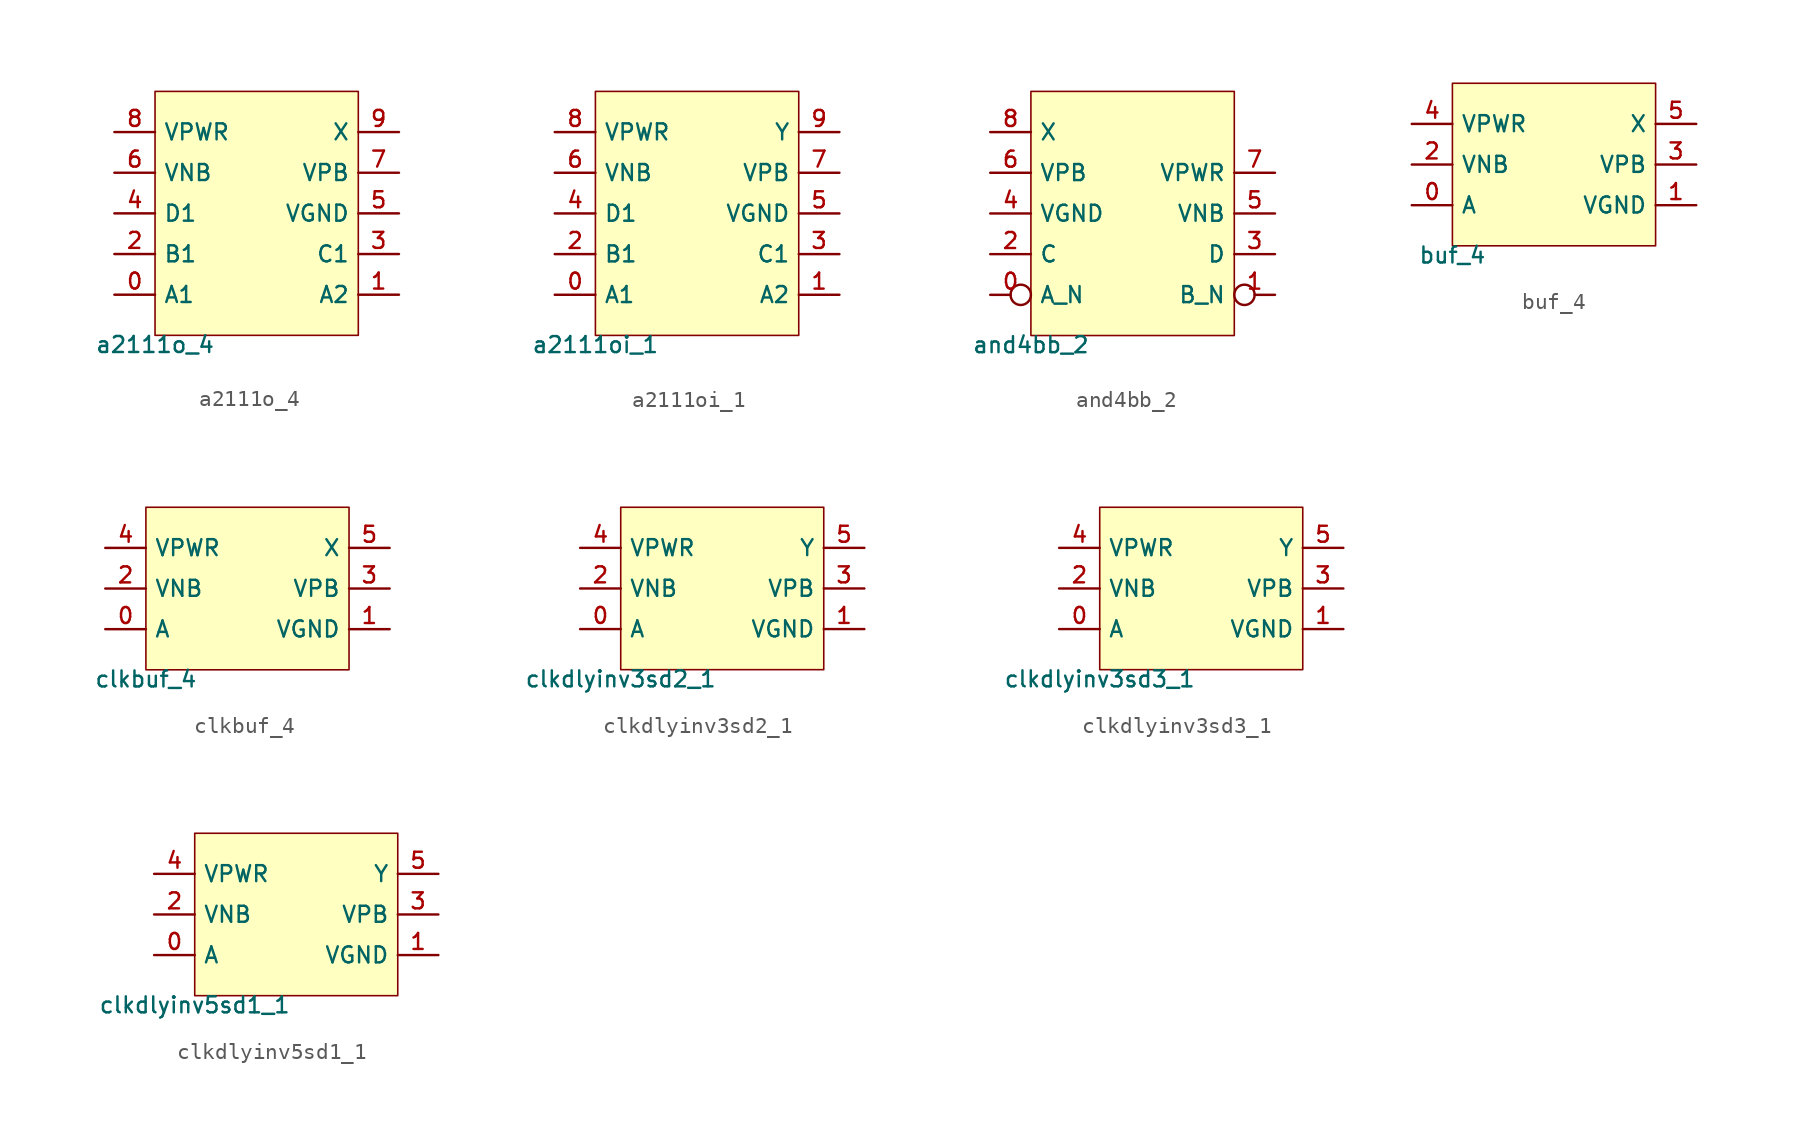
<source format=kicad_sym>
(kicad_symbol_lib
  (version 20211014)
  (generator pdk2kicad)
  (symbol "a2111o_4"
    (property "Reference" "X"
      (at 0 0 0)
      (effects (font (size 1 1)) hide))
    (property "Value" "a2111o_4"
      (at -6.35 -7.62 0)
      (effects (font (size 1 1)) (justify top)))
    (rectangle
      (start -6.35 -7.62)
      (end 6.35 7.62)
      (stroke (width 0.1) (type solid) (color 0 0 0 0))
      (fill (type background)))
    (pin bidirectional line
      (at -8.89 -5.08 0)
      (length 2.54)
      (name "A1" (effects (font (size 1 1)) hide))
      (number "0" (effects (font (size 1 1)) hide)))
    (pin bidirectional line
      (at 8.89 -5.08 180)
      (length 2.54)
      (name "A2" (effects (font (size 1 1)) hide))
      (number "1" (effects (font (size 1 1)) hide)))
    (pin bidirectional line
      (at -8.89 -2.54 0)
      (length 2.54)
      (name "B1" (effects (font (size 1 1)) hide))
      (number "2" (effects (font (size 1 1)) hide)))
    (pin bidirectional line
      (at 8.89 -2.54 180)
      (length 2.54)
      (name "C1" (effects (font (size 1 1)) hide))
      (number "3" (effects (font (size 1 1)) hide)))
    (pin bidirectional line
      (at -8.89 8.881784197001252e-16 0)
      (length 2.54)
      (name "D1" (effects (font (size 1 1)) hide))
      (number "4" (effects (font (size 1 1)) hide)))
    (pin bidirectional line
      (at 8.89 8.881784197001252e-16 180)
      (length 2.54)
      (name "VGND" (effects (font (size 1 1)) hide))
      (number "5" (effects (font (size 1 1)) hide)))
    (pin bidirectional line
      (at -8.89 2.54 0)
      (length 2.54)
      (name "VNB" (effects (font (size 1 1)) hide))
      (number "6" (effects (font (size 1 1)) hide)))
    (pin bidirectional line
      (at 8.89 2.54 180)
      (length 2.54)
      (name "VPB" (effects (font (size 1 1)) hide))
      (number "7" (effects (font (size 1 1)) hide)))
    (pin bidirectional line
      (at -8.89 5.08 0)
      (length 2.54)
      (name "VPWR" (effects (font (size 1 1)) hide))
      (number "8" (effects (font (size 1 1)) hide)))
    (pin bidirectional line
      (at 8.89 5.08 180)
      (length 2.54)
      (name "X" (effects (font (size 1 1)) hide))
      (number "9" (effects (font (size 1 1)) hide))))
  (symbol "a2111oi_1"
    (property "Reference" "X"
      (at 0 0 0)
      (effects (font (size 1 1)) hide))
    (property "Value" "a2111oi_1"
      (at -6.35 -7.62 0)
      (effects (font (size 1 1)) (justify top)))
    (rectangle
      (start -6.35 -7.62)
      (end 6.35 7.62)
      (stroke (width 0.1) (type solid) (color 0 0 0 0))
      (fill (type background)))
    (pin bidirectional line
      (at -8.89 -5.08 0)
      (length 2.54)
      (name "A1" (effects (font (size 1 1)) hide))
      (number "0" (effects (font (size 1 1)) hide)))
    (pin bidirectional line
      (at 8.89 -5.08 180)
      (length 2.54)
      (name "A2" (effects (font (size 1 1)) hide))
      (number "1" (effects (font (size 1 1)) hide)))
    (pin bidirectional line
      (at -8.89 -2.54 0)
      (length 2.54)
      (name "B1" (effects (font (size 1 1)) hide))
      (number "2" (effects (font (size 1 1)) hide)))
    (pin bidirectional line
      (at 8.89 -2.54 180)
      (length 2.54)
      (name "C1" (effects (font (size 1 1)) hide))
      (number "3" (effects (font (size 1 1)) hide)))
    (pin bidirectional line
      (at -8.89 8.881784197001252e-16 0)
      (length 2.54)
      (name "D1" (effects (font (size 1 1)) hide))
      (number "4" (effects (font (size 1 1)) hide)))
    (pin bidirectional line
      (at 8.89 8.881784197001252e-16 180)
      (length 2.54)
      (name "VGND" (effects (font (size 1 1)) hide))
      (number "5" (effects (font (size 1 1)) hide)))
    (pin bidirectional line
      (at -8.89 2.54 0)
      (length 2.54)
      (name "VNB" (effects (font (size 1 1)) hide))
      (number "6" (effects (font (size 1 1)) hide)))
    (pin bidirectional line
      (at 8.89 2.54 180)
      (length 2.54)
      (name "VPB" (effects (font (size 1 1)) hide))
      (number "7" (effects (font (size 1 1)) hide)))
    (pin bidirectional line
      (at -8.89 5.08 0)
      (length 2.54)
      (name "VPWR" (effects (font (size 1 1)) hide))
      (number "8" (effects (font (size 1 1)) hide)))
    (pin bidirectional line
      (at 8.89 5.08 180)
      (length 2.54)
      (name "Y" (effects (font (size 1 1)) hide))
      (number "9" (effects (font (size 1 1)) hide))))
  (symbol "and4bb_2"
    (property "Reference" "X"
      (at 0 0 0)
      (effects (font (size 1 1)) hide))
    (property "Value" "and4bb_2"
      (at -6.35 -7.62 0)
      (effects (font (size 1 1)) (justify top)))
    (rectangle
      (start -6.35 -7.62)
      (end 6.35 7.62)
      (stroke (width 0.1) (type solid) (color 0 0 0 0))
      (fill (type background)))
    (pin bidirectional inverted
      (at -8.89 -5.08 0)
      (length 2.54)
      (name "A_N" (effects (font (size 1 1)) hide))
      (number "0" (effects (font (size 1 1)) hide)))
    (pin bidirectional inverted
      (at 8.89 -5.08 180)
      (length 2.54)
      (name "B_N" (effects (font (size 1 1)) hide))
      (number "1" (effects (font (size 1 1)) hide)))
    (pin bidirectional line
      (at -8.89 -2.54 0)
      (length 2.54)
      (name "C" (effects (font (size 1 1)) hide))
      (number "2" (effects (font (size 1 1)) hide)))
    (pin bidirectional line
      (at 8.89 -2.54 180)
      (length 2.54)
      (name "D" (effects (font (size 1 1)) hide))
      (number "3" (effects (font (size 1 1)) hide)))
    (pin bidirectional line
      (at -8.89 8.881784197001252e-16 0)
      (length 2.54)
      (name "VGND" (effects (font (size 1 1)) hide))
      (number "4" (effects (font (size 1 1)) hide)))
    (pin bidirectional line
      (at 8.89 8.881784197001252e-16 180)
      (length 2.54)
      (name "VNB" (effects (font (size 1 1)) hide))
      (number "5" (effects (font (size 1 1)) hide)))
    (pin bidirectional line
      (at -8.89 2.54 0)
      (length 2.54)
      (name "VPB" (effects (font (size 1 1)) hide))
      (number "6" (effects (font (size 1 1)) hide)))
    (pin bidirectional line
      (at 8.89 2.54 180)
      (length 2.54)
      (name "VPWR" (effects (font (size 1 1)) hide))
      (number "7" (effects (font (size 1 1)) hide)))
    (pin bidirectional line
      (at -8.89 5.08 0)
      (length 2.54)
      (name "X" (effects (font (size 1 1)) hide))
      (number "8" (effects (font (size 1 1)) hide))))
  (symbol "buf_4"
    (property "Reference" "X"
      (at 0 0 0)
      (effects (font (size 1 1)) hide))
    (property "Value" "buf_4"
      (at -6.35 -5.08 0)
      (effects (font (size 1 1)) (justify top)))
    (rectangle
      (start -6.35 -5.08)
      (end 6.35 5.08)
      (stroke (width 0.1) (type solid) (color 0 0 0 0))
      (fill (type background)))
    (pin bidirectional line
      (at -8.89 -2.54 0)
      (length 2.54)
      (name "A" (effects (font (size 1 1)) hide))
      (number "0" (effects (font (size 1 1)) hide)))
    (pin bidirectional line
      (at 8.89 -2.54 180)
      (length 2.54)
      (name "VGND" (effects (font (size 1 1)) hide))
      (number "1" (effects (font (size 1 1)) hide)))
    (pin bidirectional line
      (at -8.89 0.0 0)
      (length 2.54)
      (name "VNB" (effects (font (size 1 1)) hide))
      (number "2" (effects (font (size 1 1)) hide)))
    (pin bidirectional line
      (at 8.89 0.0 180)
      (length 2.54)
      (name "VPB" (effects (font (size 1 1)) hide))
      (number "3" (effects (font (size 1 1)) hide)))
    (pin bidirectional line
      (at -8.89 2.54 0)
      (length 2.54)
      (name "VPWR" (effects (font (size 1 1)) hide))
      (number "4" (effects (font (size 1 1)) hide)))
    (pin bidirectional line
      (at 8.89 2.54 180)
      (length 2.54)
      (name "X" (effects (font (size 1 1)) hide))
      (number "5" (effects (font (size 1 1)) hide))))
  (symbol "clkbuf_4"
    (property "Reference" "X"
      (at 0 0 0)
      (effects (font (size 1 1)) hide))
    (property "Value" "clkbuf_4"
      (at -6.35 -5.08 0)
      (effects (font (size 1 1)) (justify top)))
    (rectangle
      (start -6.35 -5.08)
      (end 6.35 5.08)
      (stroke (width 0.1) (type solid) (color 0 0 0 0))
      (fill (type background)))
    (pin bidirectional line
      (at -8.89 -2.54 0)
      (length 2.54)
      (name "A" (effects (font (size 1 1)) hide))
      (number "0" (effects (font (size 1 1)) hide)))
    (pin bidirectional line
      (at 8.89 -2.54 180)
      (length 2.54)
      (name "VGND" (effects (font (size 1 1)) hide))
      (number "1" (effects (font (size 1 1)) hide)))
    (pin bidirectional line
      (at -8.89 0.0 0)
      (length 2.54)
      (name "VNB" (effects (font (size 1 1)) hide))
      (number "2" (effects (font (size 1 1)) hide)))
    (pin bidirectional line
      (at 8.89 0.0 180)
      (length 2.54)
      (name "VPB" (effects (font (size 1 1)) hide))
      (number "3" (effects (font (size 1 1)) hide)))
    (pin bidirectional line
      (at -8.89 2.54 0)
      (length 2.54)
      (name "VPWR" (effects (font (size 1 1)) hide))
      (number "4" (effects (font (size 1 1)) hide)))
    (pin bidirectional line
      (at 8.89 2.54 180)
      (length 2.54)
      (name "X" (effects (font (size 1 1)) hide))
      (number "5" (effects (font (size 1 1)) hide))))
  (symbol "clkdlyinv3sd2_1"
    (property "Reference" "X"
      (at 0 0 0)
      (effects (font (size 1 1)) hide))
    (property "Value" "clkdlyinv3sd2_1"
      (at -6.35 -5.08 0)
      (effects (font (size 1 1)) (justify top)))
    (rectangle
      (start -6.35 -5.08)
      (end 6.35 5.08)
      (stroke (width 0.1) (type solid) (color 0 0 0 0))
      (fill (type background)))
    (pin bidirectional line
      (at -8.89 -2.54 0)
      (length 2.54)
      (name "A" (effects (font (size 1 1)) hide))
      (number "0" (effects (font (size 1 1)) hide)))
    (pin bidirectional line
      (at 8.89 -2.54 180)
      (length 2.54)
      (name "VGND" (effects (font (size 1 1)) hide))
      (number "1" (effects (font (size 1 1)) hide)))
    (pin bidirectional line
      (at -8.89 0.0 0)
      (length 2.54)
      (name "VNB" (effects (font (size 1 1)) hide))
      (number "2" (effects (font (size 1 1)) hide)))
    (pin bidirectional line
      (at 8.89 0.0 180)
      (length 2.54)
      (name "VPB" (effects (font (size 1 1)) hide))
      (number "3" (effects (font (size 1 1)) hide)))
    (pin bidirectional line
      (at -8.89 2.54 0)
      (length 2.54)
      (name "VPWR" (effects (font (size 1 1)) hide))
      (number "4" (effects (font (size 1 1)) hide)))
    (pin bidirectional line
      (at 8.89 2.54 180)
      (length 2.54)
      (name "Y" (effects (font (size 1 1)) hide))
      (number "5" (effects (font (size 1 1)) hide))))
  (symbol "clkdlyinv3sd3_1"
    (property "Reference" "X"
      (at 0 0 0)
      (effects (font (size 1 1)) hide))
    (property "Value" "clkdlyinv3sd3_1"
      (at -6.35 -5.08 0)
      (effects (font (size 1 1)) (justify top)))
    (rectangle
      (start -6.35 -5.08)
      (end 6.35 5.08)
      (stroke (width 0.1) (type solid) (color 0 0 0 0))
      (fill (type background)))
    (pin bidirectional line
      (at -8.89 -2.54 0)
      (length 2.54)
      (name "A" (effects (font (size 1 1)) hide))
      (number "0" (effects (font (size 1 1)) hide)))
    (pin bidirectional line
      (at 8.89 -2.54 180)
      (length 2.54)
      (name "VGND" (effects (font (size 1 1)) hide))
      (number "1" (effects (font (size 1 1)) hide)))
    (pin bidirectional line
      (at -8.89 0.0 0)
      (length 2.54)
      (name "VNB" (effects (font (size 1 1)) hide))
      (number "2" (effects (font (size 1 1)) hide)))
    (pin bidirectional line
      (at 8.89 0.0 180)
      (length 2.54)
      (name "VPB" (effects (font (size 1 1)) hide))
      (number "3" (effects (font (size 1 1)) hide)))
    (pin bidirectional line
      (at -8.89 2.54 0)
      (length 2.54)
      (name "VPWR" (effects (font (size 1 1)) hide))
      (number "4" (effects (font (size 1 1)) hide)))
    (pin bidirectional line
      (at 8.89 2.54 180)
      (length 2.54)
      (name "Y" (effects (font (size 1 1)) hide))
      (number "5" (effects (font (size 1 1)) hide))))
  (symbol "clkdlyinv5sd1_1"
    (property "Reference" "X"
      (at 0 0 0)
      (effects (font (size 1 1)) hide))
    (property "Value" "clkdlyinv5sd1_1"
      (at -6.35 -5.08 0)
      (effects (font (size 1 1)) (justify top)))
    (rectangle
      (start -6.35 -5.08)
      (end 6.35 5.08)
      (stroke (width 0.1) (type solid) (color 0 0 0 0))
      (fill (type background)))
    (pin bidirectional line
      (at -8.89 -2.54 0)
      (length 2.54)
      (name "A" (effects (font (size 1 1)) hide))
      (number "0" (effects (font (size 1 1)) hide)))
    (pin bidirectional line
      (at 8.89 -2.54 180)
      (length 2.54)
      (name "VGND" (effects (font (size 1 1)) hide))
      (number "1" (effects (font (size 1 1)) hide)))
    (pin bidirectional line
      (at -8.89 0.0 0)
      (length 2.54)
      (name "VNB" (effects (font (size 1 1)) hide))
      (number "2" (effects (font (size 1 1)) hide)))
    (pin bidirectional line
      (at 8.89 0.0 180)
      (length 2.54)
      (name "VPB" (effects (font (size 1 1)) hide))
      (number "3" (effects (font (size 1 1)) hide)))
    (pin bidirectional line
      (at -8.89 2.54 0)
      (length 2.54)
      (name "VPWR" (effects (font (size 1 1)) hide))
      (number "4" (effects (font (size 1 1)) hide)))
    (pin bidirectional line
      (at 8.89 2.54 180)
      (length 2.54)
      (name "Y" (effects (font (size 1 1)) hide))
      (number "5" (effects (font (size 1 1)) hide)))))
</source>
